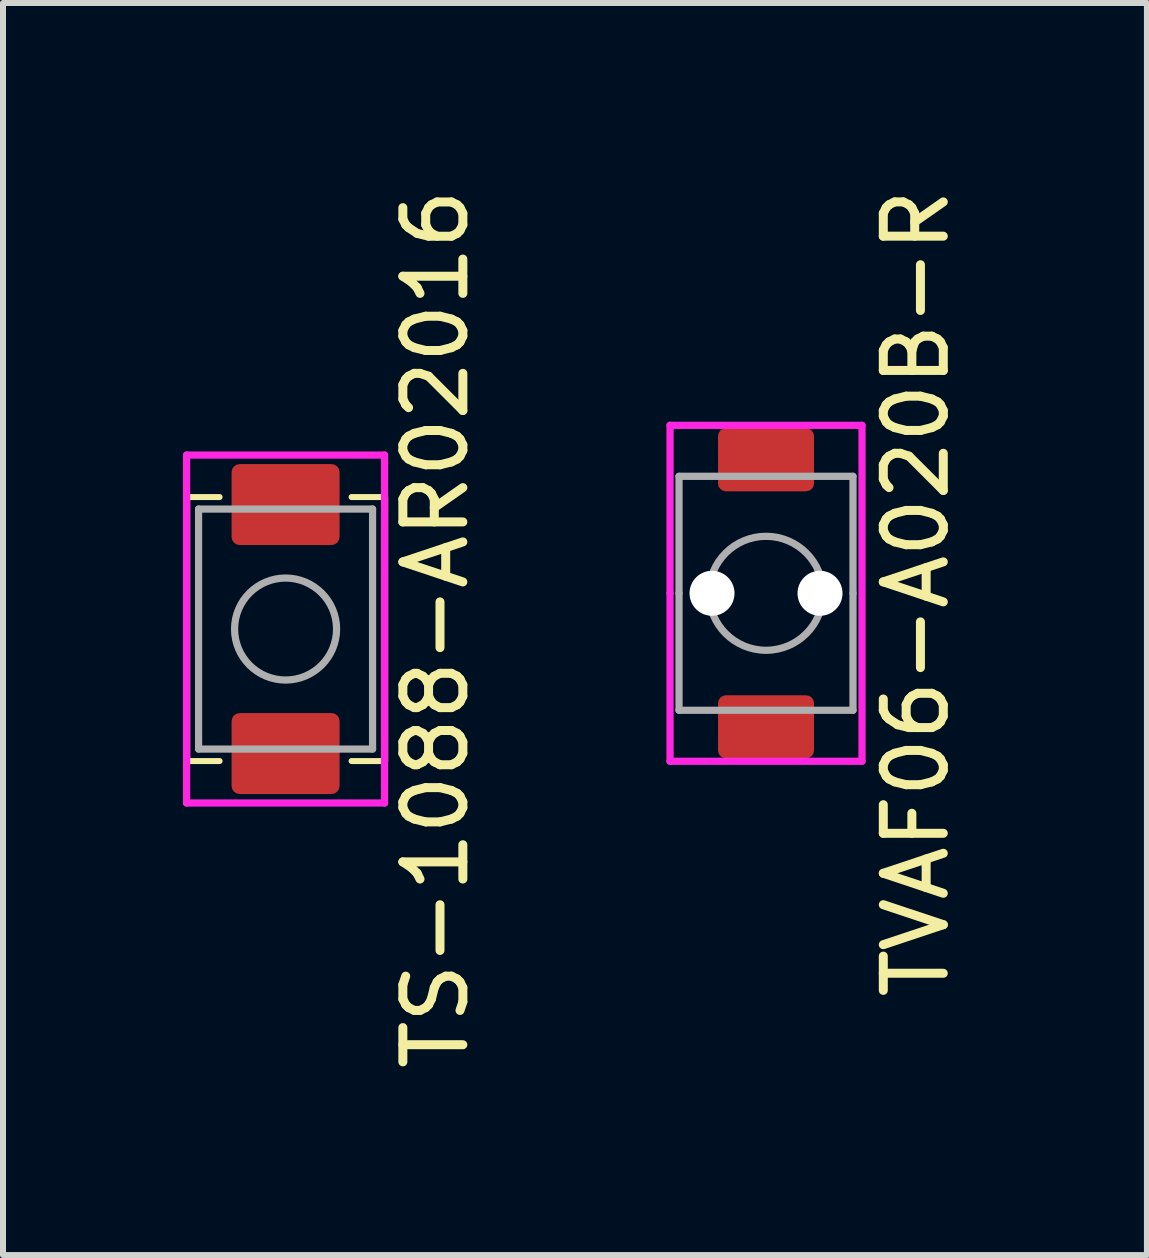
<source format=kicad_pcb>
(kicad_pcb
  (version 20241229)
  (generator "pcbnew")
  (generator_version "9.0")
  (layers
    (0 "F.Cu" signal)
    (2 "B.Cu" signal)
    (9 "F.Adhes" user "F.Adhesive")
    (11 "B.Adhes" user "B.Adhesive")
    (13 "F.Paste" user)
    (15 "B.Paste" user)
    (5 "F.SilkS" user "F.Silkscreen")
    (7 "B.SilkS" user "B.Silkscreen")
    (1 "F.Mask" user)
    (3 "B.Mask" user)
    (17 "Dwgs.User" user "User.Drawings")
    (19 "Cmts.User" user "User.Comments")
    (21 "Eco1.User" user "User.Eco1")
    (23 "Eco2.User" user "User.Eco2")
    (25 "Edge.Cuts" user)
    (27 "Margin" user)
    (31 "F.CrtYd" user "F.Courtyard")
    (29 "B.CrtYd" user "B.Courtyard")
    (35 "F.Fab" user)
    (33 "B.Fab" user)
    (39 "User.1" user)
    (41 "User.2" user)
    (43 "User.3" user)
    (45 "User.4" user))
  (footprint "TS-1088-AR02016"
    (layer "F.Cu")
    (at 1.71 7.435)
    (property "Reference" "TS-1088-AR02016" (at 2.5 0 90) (layer "F.SilkS") (effects (font (size 1 1) (thickness 0.15))))
    (attr through_hole)
    (fp_line (start -1.65 -2.2) (end -1.65 2.2) (stroke (width 0.12) (type solid)) (layer "F.SilkS"))
    (fp_line (start -1.65 -2.2) (end -1.1 -2.2) (stroke (width 0.1) (type default)) (layer "F.SilkS"))
    (fp_line (start -1.65 2.2) (end -1.1 2.2) (stroke (width 0.1) (type default)) (layer "F.SilkS"))
    (fp_line (start 1.65 -2.2) (end 1.1 -2.2) (stroke (width 0.1) (type default)) (layer "F.SilkS"))
    (fp_line (start 1.65 -2.2) (end 1.65 2.2) (stroke (width 0.12) (type solid)) (layer "F.SilkS"))
    (fp_line (start 1.65 2.2) (end 1.1 2.2) (stroke (width 0.1) (type default)) (layer "F.SilkS"))
    (fp_line (start -1.65 -2.9) (end -1.65 2.9) (stroke (width 0.12) (type solid)) (layer "F.CrtYd"))
    (fp_line (start -1.65 2.9) (end 1.65 2.9) (stroke (width 0.12) (type solid)) (layer "F.CrtYd"))
    (fp_line (start 1.65 -2.9) (end -1.65 -2.9) (stroke (width 0.12) (type solid)) (layer "F.CrtYd"))
    (fp_line (start 1.65 2.9) (end 1.65 -2.9) (stroke (width 0.12) (type solid)) (layer "F.CrtYd"))
    (fp_line (start -1.45 -2) (end 1.45 -2) (stroke (width 0.12) (type solid)) (layer "F.Fab"))
    (fp_line (start -1.45 2) (end -1.45 -2) (stroke (width 0.12) (type solid)) (layer "F.Fab"))
    (fp_line (start 1.45 -2) (end 1.45 2) (stroke (width 0.12) (type solid)) (layer "F.Fab"))
    (fp_line (start 1.45 2) (end -1.45 2) (stroke (width 0.12) (type solid)) (layer "F.Fab"))
    (fp_circle (center 0 0) (end 0.85 0) (stroke (width 0.12) (type solid)) (fill no) (layer "F.Fab"))
    (pad "1" smd roundrect (at 0 2.075) (size 1.8 1.35) (layers "F.Cu" "F.Mask" "F.Paste") (roundrect_rratio 0.1))
    (pad "2" smd roundrect (at 0 -2.075) (size 1.8 1.35) (layers "F.Cu" "F.Mask" "F.Paste") (roundrect_rratio 0.1)))
  (footprint "TVAF06-A020B-R"
    (layer "F.Cu")
    (at 9.718 6.839)
    (property "Reference" "TVAF06-A020B-R" (at 2.5 0 90) (layer "F.SilkS") (effects (font (size 1 1) (thickness 0.15))))
    (attr through_hole)
    (fp_line (start -1.6 -2.8) (end -1.6 0) (stroke (width 0.12) (type solid)) (layer "F.CrtYd"))
    (fp_line (start -1.6 0) (end -1.6 2.8) (stroke (width 0.12) (type solid)) (layer "F.CrtYd"))
    (fp_line (start -1.6 2.8) (end 1.6 2.8) (stroke (width 0.12) (type solid)) (layer "F.CrtYd"))
    (fp_line (start 1.6 -2.8) (end -1.6 -2.8) (stroke (width 0.12) (type solid)) (layer "F.CrtYd"))
    (fp_line (start 1.6 2.8) (end 1.6 -2.8) (stroke (width 0.12) (type solid)) (layer "F.CrtYd"))
    (fp_line (start -1.45 -1.95) (end 1.45 -1.95) (stroke (width 0.12) (type solid)) (layer "F.Fab"))
    (fp_line (start -1.45 0) (end -1.45 -1.95) (stroke (width 0.12) (type solid)) (layer "F.Fab"))
    (fp_line (start -1.45 1.95) (end -1.45 0) (stroke (width 0.12) (type solid)) (layer "F.Fab"))
    (fp_line (start 1.45 -1.95) (end 1.45 0) (stroke (width 0.12) (type solid)) (layer "F.Fab"))
    (fp_line (start 1.45 0) (end 1.45 1.95) (stroke (width 0.12) (type solid)) (layer "F.Fab"))
    (fp_line (start 1.45 1.95) (end -1.45 1.95) (stroke (width 0.12) (type solid)) (layer "F.Fab"))
    (fp_circle (center 0 0) (end 0.95 0) (stroke (width 0.12) (type solid)) (fill no) (layer "F.Fab"))
    (pad "" np_thru_hole circle (at -0.9 0) (size 0.75 0.75) (drill 0.75) (layers "*.Cu" "*.Mask"))
    (pad "" np_thru_hole circle (at 0.9 0) (size 0.75 0.75) (drill 0.75) (layers "*.Cu" "*.Mask"))
    (pad "1" smd roundrect (at 0 2.225) (size 1.6 1.05) (layers "F.Cu" "F.Mask" "F.Paste") (roundrect_rratio 0.125))
    (pad "2" smd roundrect (at 0 -2.225) (size 1.6 1.05) (layers "F.Cu" "F.Mask" "F.Paste") (roundrect_rratio 0.125)))
  (gr_rect
    (start -3 -3)
    (end 16.067 17.869)
    (stroke (width 0.1) (type default))
    (fill no)
    (layer "Edge.Cuts")))
</source>
